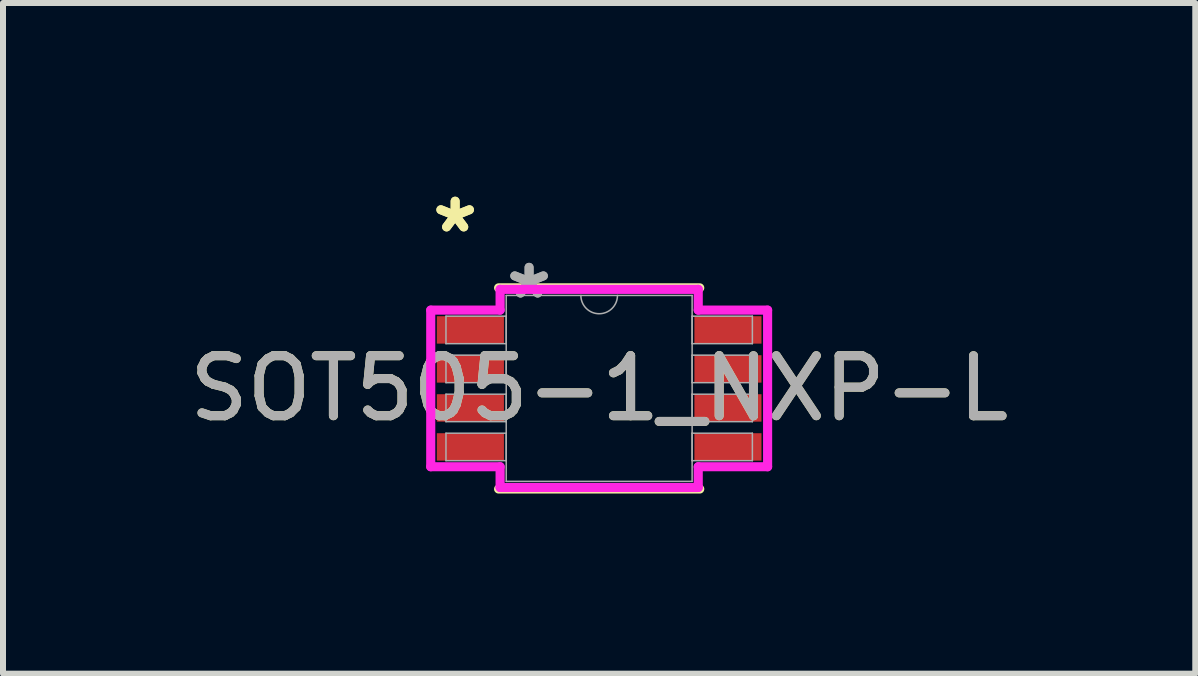
<source format=kicad_pcb>
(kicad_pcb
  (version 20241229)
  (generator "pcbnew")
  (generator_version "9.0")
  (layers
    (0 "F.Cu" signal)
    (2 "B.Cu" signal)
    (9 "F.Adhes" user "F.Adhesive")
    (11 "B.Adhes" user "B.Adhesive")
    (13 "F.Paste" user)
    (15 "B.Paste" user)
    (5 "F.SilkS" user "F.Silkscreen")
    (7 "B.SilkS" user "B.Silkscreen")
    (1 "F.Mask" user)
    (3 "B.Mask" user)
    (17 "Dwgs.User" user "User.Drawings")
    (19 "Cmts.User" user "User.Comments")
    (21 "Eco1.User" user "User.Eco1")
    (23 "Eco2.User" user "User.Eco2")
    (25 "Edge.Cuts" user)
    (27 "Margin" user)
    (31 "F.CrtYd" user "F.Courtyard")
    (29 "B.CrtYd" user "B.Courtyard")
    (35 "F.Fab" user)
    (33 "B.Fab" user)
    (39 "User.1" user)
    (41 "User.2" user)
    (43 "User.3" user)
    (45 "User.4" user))
  (footprint "SOT505-1_NXP-L"
    (layer "F.Cu")
    (at 6.935 3.423)
    (property "Reference" "SOT505-1_NXP-L" (at 0 0 0) (unlocked yes) (layer "F.SilkS") (effects (font (size 1 1) (thickness 0.15))))
    (attr smd)
    (fp_line (start -1.676 1.676) (end 1.676 1.676) (stroke (width 0.152) (type solid)) (layer "F.SilkS"))
    (fp_line (start 1.676 -1.676) (end -1.676 -1.676) (stroke (width 0.152) (type solid)) (layer "F.SilkS"))
    (fp_line (start -2.807 -1.305) (end -1.651 -1.305) (stroke (width 0.152) (type solid)) (layer "F.CrtYd"))
    (fp_line (start -2.807 1.305) (end -2.807 -1.305) (stroke (width 0.152) (type solid)) (layer "F.CrtYd"))
    (fp_line (start -2.807 1.305) (end -1.651 1.305) (stroke (width 0.152) (type solid)) (layer "F.CrtYd"))
    (fp_line (start -1.651 -1.651) (end 1.651 -1.651) (stroke (width 0.152) (type solid)) (layer "F.CrtYd"))
    (fp_line (start -1.651 -1.305) (end -1.651 -1.651) (stroke (width 0.152) (type solid)) (layer "F.CrtYd"))
    (fp_line (start -1.651 1.651) (end -1.651 1.305) (stroke (width 0.152) (type solid)) (layer "F.CrtYd"))
    (fp_line (start 1.651 -1.651) (end 1.651 -1.305) (stroke (width 0.152) (type solid)) (layer "F.CrtYd"))
    (fp_line (start 1.651 1.305) (end 1.651 1.651) (stroke (width 0.152) (type solid)) (layer "F.CrtYd"))
    (fp_line (start 1.651 1.651) (end -1.651 1.651) (stroke (width 0.152) (type solid)) (layer "F.CrtYd"))
    (fp_line (start 2.807 -1.305) (end 1.651 -1.305) (stroke (width 0.152) (type solid)) (layer "F.CrtYd"))
    (fp_line (start 2.807 -1.305) (end 2.807 1.305) (stroke (width 0.152) (type solid)) (layer "F.CrtYd"))
    (fp_line (start 2.807 1.305) (end 1.651 1.305) (stroke (width 0.152) (type solid)) (layer "F.CrtYd"))
    (fp_line (start -2.553 -1.204) (end -2.553 -0.746) (stroke (width 0.025) (type solid)) (layer "F.Fab"))
    (fp_line (start -2.553 -0.746) (end -1.549 -0.746) (stroke (width 0.025) (type solid)) (layer "F.Fab"))
    (fp_line (start -2.553 -0.554) (end -2.553 -0.096) (stroke (width 0.025) (type solid)) (layer "F.Fab"))
    (fp_line (start -2.553 -0.096) (end -1.549 -0.096) (stroke (width 0.025) (type solid)) (layer "F.Fab"))
    (fp_line (start -2.553 0.096) (end -2.553 0.554) (stroke (width 0.025) (type solid)) (layer "F.Fab"))
    (fp_line (start -2.553 0.554) (end -1.549 0.554) (stroke (width 0.025) (type solid)) (layer "F.Fab"))
    (fp_line (start -2.553 0.746) (end -2.553 1.204) (stroke (width 0.025) (type solid)) (layer "F.Fab"))
    (fp_line (start -2.553 1.204) (end -1.549 1.204) (stroke (width 0.025) (type solid)) (layer "F.Fab"))
    (fp_line (start -1.549 -1.549) (end -1.549 1.549) (stroke (width 0.025) (type solid)) (layer "F.Fab"))
    (fp_line (start -1.549 -1.204) (end -2.553 -1.204) (stroke (width 0.025) (type solid)) (layer "F.Fab"))
    (fp_line (start -1.549 -0.746) (end -1.549 -1.204) (stroke (width 0.025) (type solid)) (layer "F.Fab"))
    (fp_line (start -1.549 -0.554) (end -2.553 -0.554) (stroke (width 0.025) (type solid)) (layer "F.Fab"))
    (fp_line (start -1.549 -0.096) (end -1.549 -0.554) (stroke (width 0.025) (type solid)) (layer "F.Fab"))
    (fp_line (start -1.549 0.096) (end -2.553 0.096) (stroke (width 0.025) (type solid)) (layer "F.Fab"))
    (fp_line (start -1.549 0.554) (end -1.549 0.096) (stroke (width 0.025) (type solid)) (layer "F.Fab"))
    (fp_line (start -1.549 0.746) (end -2.553 0.746) (stroke (width 0.025) (type solid)) (layer "F.Fab"))
    (fp_line (start -1.549 1.204) (end -1.549 0.746) (stroke (width 0.025) (type solid)) (layer "F.Fab"))
    (fp_line (start -1.549 1.549) (end 1.549 1.549) (stroke (width 0.025) (type solid)) (layer "F.Fab"))
    (fp_line (start 1.549 -1.549) (end -1.549 -1.549) (stroke (width 0.025) (type solid)) (layer "F.Fab"))
    (fp_line (start 1.549 -1.204) (end 1.549 -0.746) (stroke (width 0.025) (type solid)) (layer "F.Fab"))
    (fp_line (start 1.549 -0.746) (end 2.553 -0.746) (stroke (width 0.025) (type solid)) (layer "F.Fab"))
    (fp_line (start 1.549 -0.554) (end 1.549 -0.096) (stroke (width 0.025) (type solid)) (layer "F.Fab"))
    (fp_line (start 1.549 -0.096) (end 2.553 -0.096) (stroke (width 0.025) (type solid)) (layer "F.Fab"))
    (fp_line (start 1.549 0.096) (end 1.549 0.554) (stroke (width 0.025) (type solid)) (layer "F.Fab"))
    (fp_line (start 1.549 0.554) (end 2.553 0.554) (stroke (width 0.025) (type solid)) (layer "F.Fab"))
    (fp_line (start 1.549 0.746) (end 1.549 1.204) (stroke (width 0.025) (type solid)) (layer "F.Fab"))
    (fp_line (start 1.549 1.204) (end 2.553 1.204) (stroke (width 0.025) (type solid)) (layer "F.Fab"))
    (fp_line (start 1.549 1.549) (end 1.549 -1.549) (stroke (width 0.025) (type solid)) (layer "F.Fab"))
    (fp_line (start 2.553 -1.204) (end 1.549 -1.204) (stroke (width 0.025) (type solid)) (layer "F.Fab"))
    (fp_line (start 2.553 -0.746) (end 2.553 -1.204) (stroke (width 0.025) (type solid)) (layer "F.Fab"))
    (fp_line (start 2.553 -0.554) (end 1.549 -0.554) (stroke (width 0.025) (type solid)) (layer "F.Fab"))
    (fp_line (start 2.553 -0.096) (end 2.553 -0.554) (stroke (width 0.025) (type solid)) (layer "F.Fab"))
    (fp_line (start 2.553 0.096) (end 1.549 0.096) (stroke (width 0.025) (type solid)) (layer "F.Fab"))
    (fp_line (start 2.553 0.554) (end 2.553 0.096) (stroke (width 0.025) (type solid)) (layer "F.Fab"))
    (fp_line (start 2.553 0.746) (end 1.549 0.746) (stroke (width 0.025) (type solid)) (layer "F.Fab"))
    (fp_line (start 2.553 1.204) (end 2.553 0.746) (stroke (width 0.025) (type solid)) (layer "F.Fab"))
    (fp_arc (start 0.3048 -1.5494) (mid 0 -1.2446) (end -0.3048 -1.5494) (stroke (width 0.0254) (type solid)) (layer "F.Fab"))
    (fp_text user "*" (at -2.4 -2.575 0) (layer "F.SilkS") (effects (font (size 1 1) (thickness 0.15))))
    (fp_text user "*" (at -2.4 -2.575 0) (unlocked yes) (layer "F.SilkS") (effects (font (size 1 1) (thickness 0.15))))
    (fp_text user "*" (at -1.168 -1.473 0) (unlocked yes) (layer "F.Fab") (effects (font (size 1 1) (thickness 0.15))))
    (fp_text user "${REFERENCE}" (at 0 0 0) (unlocked yes) (layer "F.Fab") (effects (font (size 1 1) (thickness 0.15))))
    (fp_text user "*" (at -1.168 -1.473 0) (layer "F.Fab") (effects (font (size 1 1) (thickness 0.15))))
    (pad "1" smd rect (at -2.146 -0.975) (size 1.118 0.457) (layers "F.Cu" "F.Mask" "F.Paste"))
    (pad "2" smd rect (at -2.146 -0.325) (size 1.118 0.457) (layers "F.Cu" "F.Mask" "F.Paste"))
    (pad "3" smd rect (at -2.146 0.325) (size 1.118 0.457) (layers "F.Cu" "F.Mask" "F.Paste"))
    (pad "4" smd rect (at -2.146 0.975) (size 1.118 0.457) (layers "F.Cu" "F.Mask" "F.Paste"))
    (pad "5" smd rect (at 2.146 0.975) (size 1.118 0.457) (layers "F.Cu" "F.Mask" "F.Paste"))
    (pad "6" smd rect (at 2.146 0.325) (size 1.118 0.457) (layers "F.Cu" "F.Mask" "F.Paste"))
    (pad "7" smd rect (at 2.146 -0.325) (size 1.118 0.457) (layers "F.Cu" "F.Mask" "F.Paste"))
    (pad "8" smd rect (at 2.146 -0.975) (size 1.118 0.457) (layers "F.Cu" "F.Mask" "F.Paste")))
  (gr_rect
    (start -3 -3)
    (end 16.869 8.176)
    (stroke (width 0.1) (type default))
    (fill no)
    (layer "Edge.Cuts")))
</source>
